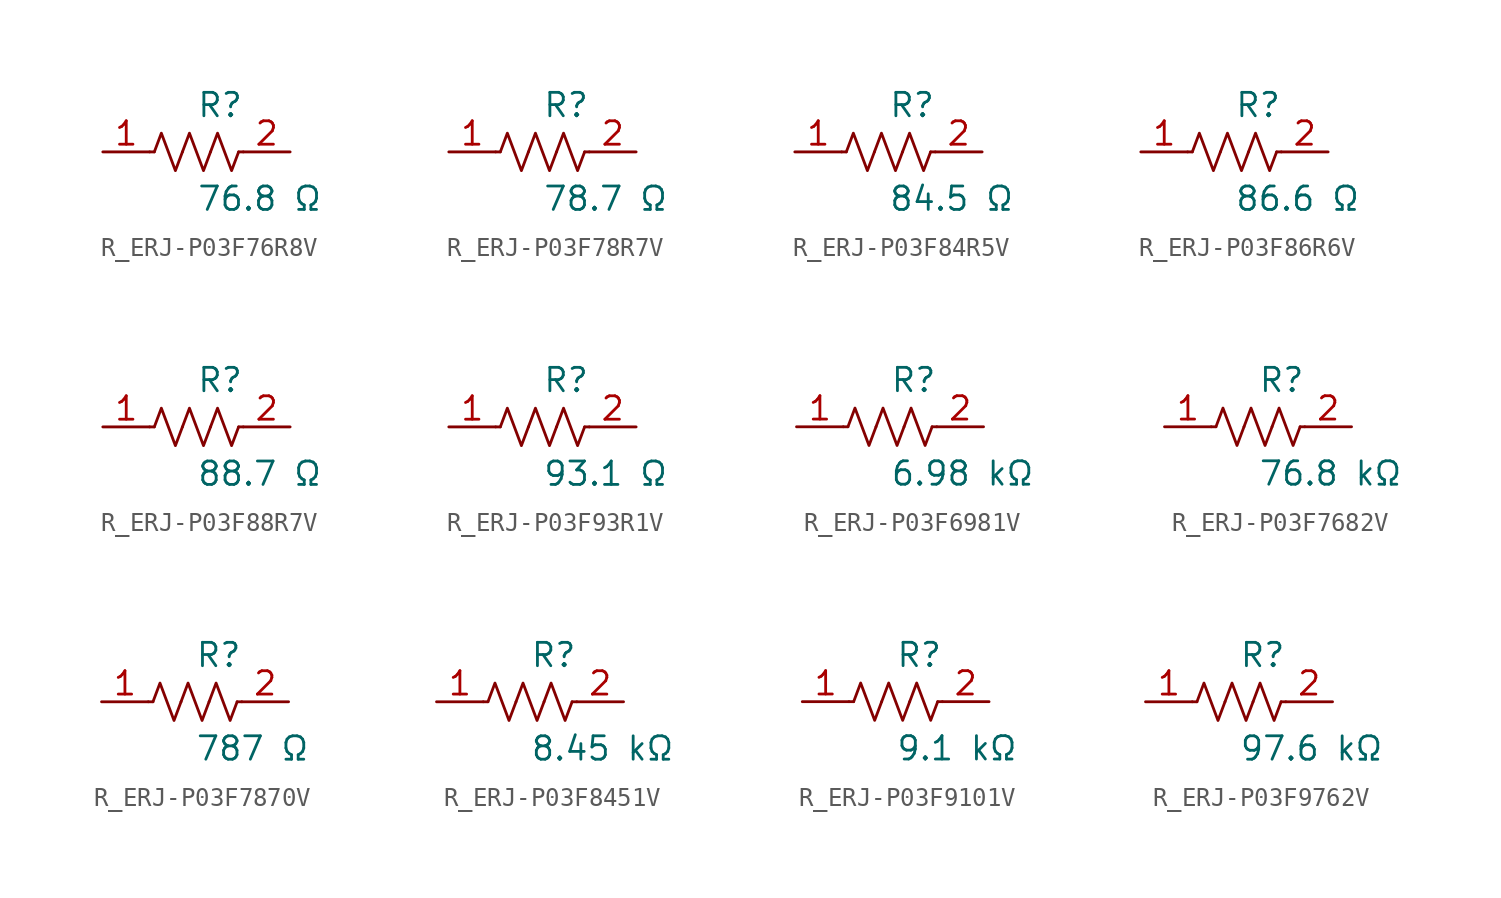
<source format=kicad_sym>
(kicad_symbol_lib
  (version 20231120)
  (generator kicad_symbol_editor)
  (generator_version 8.0)
  (symbol "R_ERJ-P03F76R8V"
    (pin_names
      (offset 0.254))
    (property "Reference" "R"
      (at 0.0 2.54 0)
      (effects (font (size 1.27 1.27)) (justify left)))
    (property "Value" "76.8 Ω"
      (at 0.0 -2.54 0)
      (effects (font (size 1.27 1.27)) (justify left)))
    (symbol "R_ERJ-P03F76R8V_0_1"
      (polyline (pts (xy 2.286 0) (xy 2.54 0)) (stroke (width 0) (type default)) (fill (type none)))
      (polyline (pts (xy -2.286 0) (xy -2.54 0)) (stroke (width 0) (type default)) (fill (type none)))
      (polyline (pts (xy 0.762 0) (xy 1.143 1.016) (xy 1.524 0) (xy 1.905 -1.016) (xy 2.286 0)) (stroke (width 0) (type default)) (fill (type none)))
      (polyline (pts (xy -0.762 0) (xy -0.381 1.016) (xy 0 0) (xy 0.381 -1.016) (xy 0.762 0)) (stroke (width 0) (type default)) (fill (type none)))
      (polyline (pts (xy -2.286 0) (xy -1.905 1.016) (xy -1.524 0) (xy -1.143 -1.016) (xy -0.762 0)) (stroke (width 0) (type default)) (fill (type none))))
    (pin unspecified line
      (at -5.08 0 0)
      (length 2.54)
      (name "" (effects (font (size 1.27 1.27))))
      (number "1" (effects (font (size 1.27 1.27)))))
    (pin unspecified line
      (at 5.08 0 180)
      (length 2.54)
      (name "" (effects (font (size 1.27 1.27))))
      (number "2" (effects (font (size 1.27 1.27))))))
  (symbol "R_ERJ-P03F78R7V"
    (pin_names
      (offset 0.254))
    (property "Reference" "R"
      (at 0.0 2.54 0)
      (effects (font (size 1.27 1.27)) (justify left)))
    (property "Value" "78.7 Ω"
      (at 0.0 -2.54 0)
      (effects (font (size 1.27 1.27)) (justify left)))
    (symbol "R_ERJ-P03F78R7V_0_1"
      (polyline (pts (xy 2.286 0) (xy 2.54 0)) (stroke (width 0) (type default)) (fill (type none)))
      (polyline (pts (xy -2.286 0) (xy -2.54 0)) (stroke (width 0) (type default)) (fill (type none)))
      (polyline (pts (xy 0.762 0) (xy 1.143 1.016) (xy 1.524 0) (xy 1.905 -1.016) (xy 2.286 0)) (stroke (width 0) (type default)) (fill (type none)))
      (polyline (pts (xy -0.762 0) (xy -0.381 1.016) (xy 0 0) (xy 0.381 -1.016) (xy 0.762 0)) (stroke (width 0) (type default)) (fill (type none)))
      (polyline (pts (xy -2.286 0) (xy -1.905 1.016) (xy -1.524 0) (xy -1.143 -1.016) (xy -0.762 0)) (stroke (width 0) (type default)) (fill (type none))))
    (pin unspecified line
      (at -5.08 0 0)
      (length 2.54)
      (name "" (effects (font (size 1.27 1.27))))
      (number "1" (effects (font (size 1.27 1.27)))))
    (pin unspecified line
      (at 5.08 0 180)
      (length 2.54)
      (name "" (effects (font (size 1.27 1.27))))
      (number "2" (effects (font (size 1.27 1.27))))))
  (symbol "R_ERJ-P03F84R5V"
    (pin_names
      (offset 0.254))
    (property "Reference" "R"
      (at 0.0 2.54 0)
      (effects (font (size 1.27 1.27)) (justify left)))
    (property "Value" "84.5 Ω"
      (at 0.0 -2.54 0)
      (effects (font (size 1.27 1.27)) (justify left)))
    (symbol "R_ERJ-P03F84R5V_0_1"
      (polyline (pts (xy 2.286 0) (xy 2.54 0)) (stroke (width 0) (type default)) (fill (type none)))
      (polyline (pts (xy -2.286 0) (xy -2.54 0)) (stroke (width 0) (type default)) (fill (type none)))
      (polyline (pts (xy 0.762 0) (xy 1.143 1.016) (xy 1.524 0) (xy 1.905 -1.016) (xy 2.286 0)) (stroke (width 0) (type default)) (fill (type none)))
      (polyline (pts (xy -0.762 0) (xy -0.381 1.016) (xy 0 0) (xy 0.381 -1.016) (xy 0.762 0)) (stroke (width 0) (type default)) (fill (type none)))
      (polyline (pts (xy -2.286 0) (xy -1.905 1.016) (xy -1.524 0) (xy -1.143 -1.016) (xy -0.762 0)) (stroke (width 0) (type default)) (fill (type none))))
    (pin unspecified line
      (at -5.08 0 0)
      (length 2.54)
      (name "" (effects (font (size 1.27 1.27))))
      (number "1" (effects (font (size 1.27 1.27)))))
    (pin unspecified line
      (at 5.08 0 180)
      (length 2.54)
      (name "" (effects (font (size 1.27 1.27))))
      (number "2" (effects (font (size 1.27 1.27))))))
  (symbol "R_ERJ-P03F86R6V"
    (pin_names
      (offset 0.254))
    (property "Reference" "R"
      (at 0.0 2.54 0)
      (effects (font (size 1.27 1.27)) (justify left)))
    (property "Value" "86.6 Ω"
      (at 0.0 -2.54 0)
      (effects (font (size 1.27 1.27)) (justify left)))
    (symbol "R_ERJ-P03F86R6V_0_1"
      (polyline (pts (xy 2.286 0) (xy 2.54 0)) (stroke (width 0) (type default)) (fill (type none)))
      (polyline (pts (xy -2.286 0) (xy -2.54 0)) (stroke (width 0) (type default)) (fill (type none)))
      (polyline (pts (xy 0.762 0) (xy 1.143 1.016) (xy 1.524 0) (xy 1.905 -1.016) (xy 2.286 0)) (stroke (width 0) (type default)) (fill (type none)))
      (polyline (pts (xy -0.762 0) (xy -0.381 1.016) (xy 0 0) (xy 0.381 -1.016) (xy 0.762 0)) (stroke (width 0) (type default)) (fill (type none)))
      (polyline (pts (xy -2.286 0) (xy -1.905 1.016) (xy -1.524 0) (xy -1.143 -1.016) (xy -0.762 0)) (stroke (width 0) (type default)) (fill (type none))))
    (pin unspecified line
      (at -5.08 0 0)
      (length 2.54)
      (name "" (effects (font (size 1.27 1.27))))
      (number "1" (effects (font (size 1.27 1.27)))))
    (pin unspecified line
      (at 5.08 0 180)
      (length 2.54)
      (name "" (effects (font (size 1.27 1.27))))
      (number "2" (effects (font (size 1.27 1.27))))))
  (symbol "R_ERJ-P03F88R7V"
    (pin_names
      (offset 0.254))
    (property "Reference" "R"
      (at 0.0 2.54 0)
      (effects (font (size 1.27 1.27)) (justify left)))
    (property "Value" "88.7 Ω"
      (at 0.0 -2.54 0)
      (effects (font (size 1.27 1.27)) (justify left)))
    (symbol "R_ERJ-P03F88R7V_0_1"
      (polyline (pts (xy 2.286 0) (xy 2.54 0)) (stroke (width 0) (type default)) (fill (type none)))
      (polyline (pts (xy -2.286 0) (xy -2.54 0)) (stroke (width 0) (type default)) (fill (type none)))
      (polyline (pts (xy 0.762 0) (xy 1.143 1.016) (xy 1.524 0) (xy 1.905 -1.016) (xy 2.286 0)) (stroke (width 0) (type default)) (fill (type none)))
      (polyline (pts (xy -0.762 0) (xy -0.381 1.016) (xy 0 0) (xy 0.381 -1.016) (xy 0.762 0)) (stroke (width 0) (type default)) (fill (type none)))
      (polyline (pts (xy -2.286 0) (xy -1.905 1.016) (xy -1.524 0) (xy -1.143 -1.016) (xy -0.762 0)) (stroke (width 0) (type default)) (fill (type none))))
    (pin unspecified line
      (at -5.08 0 0)
      (length 2.54)
      (name "" (effects (font (size 1.27 1.27))))
      (number "1" (effects (font (size 1.27 1.27)))))
    (pin unspecified line
      (at 5.08 0 180)
      (length 2.54)
      (name "" (effects (font (size 1.27 1.27))))
      (number "2" (effects (font (size 1.27 1.27))))))
  (symbol "R_ERJ-P03F93R1V"
    (pin_names
      (offset 0.254))
    (property "Reference" "R"
      (at 0.0 2.54 0)
      (effects (font (size 1.27 1.27)) (justify left)))
    (property "Value" "93.1 Ω"
      (at 0.0 -2.54 0)
      (effects (font (size 1.27 1.27)) (justify left)))
    (symbol "R_ERJ-P03F93R1V_0_1"
      (polyline (pts (xy 2.286 0) (xy 2.54 0)) (stroke (width 0) (type default)) (fill (type none)))
      (polyline (pts (xy -2.286 0) (xy -2.54 0)) (stroke (width 0) (type default)) (fill (type none)))
      (polyline (pts (xy 0.762 0) (xy 1.143 1.016) (xy 1.524 0) (xy 1.905 -1.016) (xy 2.286 0)) (stroke (width 0) (type default)) (fill (type none)))
      (polyline (pts (xy -0.762 0) (xy -0.381 1.016) (xy 0 0) (xy 0.381 -1.016) (xy 0.762 0)) (stroke (width 0) (type default)) (fill (type none)))
      (polyline (pts (xy -2.286 0) (xy -1.905 1.016) (xy -1.524 0) (xy -1.143 -1.016) (xy -0.762 0)) (stroke (width 0) (type default)) (fill (type none))))
    (pin unspecified line
      (at -5.08 0 0)
      (length 2.54)
      (name "" (effects (font (size 1.27 1.27))))
      (number "1" (effects (font (size 1.27 1.27)))))
    (pin unspecified line
      (at 5.08 0 180)
      (length 2.54)
      (name "" (effects (font (size 1.27 1.27))))
      (number "2" (effects (font (size 1.27 1.27))))))
  (symbol "R_ERJ-P03F6981V"
    (pin_names
      (offset 0.254))
    (property "Reference" "R"
      (at 0.0 2.54 0)
      (effects (font (size 1.27 1.27)) (justify left)))
    (property "Value" "6.98 kΩ"
      (at 0.0 -2.54 0)
      (effects (font (size 1.27 1.27)) (justify left)))
    (symbol "R_ERJ-P03F6981V_0_1"
      (polyline (pts (xy 2.286 0) (xy 2.54 0)) (stroke (width 0) (type default)) (fill (type none)))
      (polyline (pts (xy -2.286 0) (xy -2.54 0)) (stroke (width 0) (type default)) (fill (type none)))
      (polyline (pts (xy 0.762 0) (xy 1.143 1.016) (xy 1.524 0) (xy 1.905 -1.016) (xy 2.286 0)) (stroke (width 0) (type default)) (fill (type none)))
      (polyline (pts (xy -0.762 0) (xy -0.381 1.016) (xy 0 0) (xy 0.381 -1.016) (xy 0.762 0)) (stroke (width 0) (type default)) (fill (type none)))
      (polyline (pts (xy -2.286 0) (xy -1.905 1.016) (xy -1.524 0) (xy -1.143 -1.016) (xy -0.762 0)) (stroke (width 0) (type default)) (fill (type none))))
    (pin unspecified line
      (at -5.08 0 0)
      (length 2.54)
      (name "" (effects (font (size 1.27 1.27))))
      (number "1" (effects (font (size 1.27 1.27)))))
    (pin unspecified line
      (at 5.08 0 180)
      (length 2.54)
      (name "" (effects (font (size 1.27 1.27))))
      (number "2" (effects (font (size 1.27 1.27))))))
  (symbol "R_ERJ-P03F7682V"
    (pin_names
      (offset 0.254))
    (property "Reference" "R"
      (at 0.0 2.54 0)
      (effects (font (size 1.27 1.27)) (justify left)))
    (property "Value" "76.8 kΩ"
      (at 0.0 -2.54 0)
      (effects (font (size 1.27 1.27)) (justify left)))
    (symbol "R_ERJ-P03F7682V_0_1"
      (polyline (pts (xy 2.286 0) (xy 2.54 0)) (stroke (width 0) (type default)) (fill (type none)))
      (polyline (pts (xy -2.286 0) (xy -2.54 0)) (stroke (width 0) (type default)) (fill (type none)))
      (polyline (pts (xy 0.762 0) (xy 1.143 1.016) (xy 1.524 0) (xy 1.905 -1.016) (xy 2.286 0)) (stroke (width 0) (type default)) (fill (type none)))
      (polyline (pts (xy -0.762 0) (xy -0.381 1.016) (xy 0 0) (xy 0.381 -1.016) (xy 0.762 0)) (stroke (width 0) (type default)) (fill (type none)))
      (polyline (pts (xy -2.286 0) (xy -1.905 1.016) (xy -1.524 0) (xy -1.143 -1.016) (xy -0.762 0)) (stroke (width 0) (type default)) (fill (type none))))
    (pin unspecified line
      (at -5.08 0 0)
      (length 2.54)
      (name "" (effects (font (size 1.27 1.27))))
      (number "1" (effects (font (size 1.27 1.27)))))
    (pin unspecified line
      (at 5.08 0 180)
      (length 2.54)
      (name "" (effects (font (size 1.27 1.27))))
      (number "2" (effects (font (size 1.27 1.27))))))
  (symbol "R_ERJ-P03F7870V"
    (pin_names
      (offset 0.254))
    (property "Reference" "R"
      (at 0.0 2.54 0)
      (effects (font (size 1.27 1.27)) (justify left)))
    (property "Value" "787 Ω"
      (at 0.0 -2.54 0)
      (effects (font (size 1.27 1.27)) (justify left)))
    (symbol "R_ERJ-P03F7870V_0_1"
      (polyline (pts (xy 2.286 0) (xy 2.54 0)) (stroke (width 0) (type default)) (fill (type none)))
      (polyline (pts (xy -2.286 0) (xy -2.54 0)) (stroke (width 0) (type default)) (fill (type none)))
      (polyline (pts (xy 0.762 0) (xy 1.143 1.016) (xy 1.524 0) (xy 1.905 -1.016) (xy 2.286 0)) (stroke (width 0) (type default)) (fill (type none)))
      (polyline (pts (xy -0.762 0) (xy -0.381 1.016) (xy 0 0) (xy 0.381 -1.016) (xy 0.762 0)) (stroke (width 0) (type default)) (fill (type none)))
      (polyline (pts (xy -2.286 0) (xy -1.905 1.016) (xy -1.524 0) (xy -1.143 -1.016) (xy -0.762 0)) (stroke (width 0) (type default)) (fill (type none))))
    (pin unspecified line
      (at -5.08 0 0)
      (length 2.54)
      (name "" (effects (font (size 1.27 1.27))))
      (number "1" (effects (font (size 1.27 1.27)))))
    (pin unspecified line
      (at 5.08 0 180)
      (length 2.54)
      (name "" (effects (font (size 1.27 1.27))))
      (number "2" (effects (font (size 1.27 1.27))))))
  (symbol "R_ERJ-P03F8451V"
    (pin_names
      (offset 0.254))
    (property "Reference" "R"
      (at 0.0 2.54 0)
      (effects (font (size 1.27 1.27)) (justify left)))
    (property "Value" "8.45 kΩ"
      (at 0.0 -2.54 0)
      (effects (font (size 1.27 1.27)) (justify left)))
    (symbol "R_ERJ-P03F8451V_0_1"
      (polyline (pts (xy 2.286 0) (xy 2.54 0)) (stroke (width 0) (type default)) (fill (type none)))
      (polyline (pts (xy -2.286 0) (xy -2.54 0)) (stroke (width 0) (type default)) (fill (type none)))
      (polyline (pts (xy 0.762 0) (xy 1.143 1.016) (xy 1.524 0) (xy 1.905 -1.016) (xy 2.286 0)) (stroke (width 0) (type default)) (fill (type none)))
      (polyline (pts (xy -0.762 0) (xy -0.381 1.016) (xy 0 0) (xy 0.381 -1.016) (xy 0.762 0)) (stroke (width 0) (type default)) (fill (type none)))
      (polyline (pts (xy -2.286 0) (xy -1.905 1.016) (xy -1.524 0) (xy -1.143 -1.016) (xy -0.762 0)) (stroke (width 0) (type default)) (fill (type none))))
    (pin unspecified line
      (at -5.08 0 0)
      (length 2.54)
      (name "" (effects (font (size 1.27 1.27))))
      (number "1" (effects (font (size 1.27 1.27)))))
    (pin unspecified line
      (at 5.08 0 180)
      (length 2.54)
      (name "" (effects (font (size 1.27 1.27))))
      (number "2" (effects (font (size 1.27 1.27))))))
  (symbol "R_ERJ-P03F9101V"
    (pin_names
      (offset 0.254))
    (property "Reference" "R"
      (at 0.0 2.54 0)
      (effects (font (size 1.27 1.27)) (justify left)))
    (property "Value" "9.1 kΩ"
      (at 0.0 -2.54 0)
      (effects (font (size 1.27 1.27)) (justify left)))
    (symbol "R_ERJ-P03F9101V_0_1"
      (polyline (pts (xy 2.286 0) (xy 2.54 0)) (stroke (width 0) (type default)) (fill (type none)))
      (polyline (pts (xy -2.286 0) (xy -2.54 0)) (stroke (width 0) (type default)) (fill (type none)))
      (polyline (pts (xy 0.762 0) (xy 1.143 1.016) (xy 1.524 0) (xy 1.905 -1.016) (xy 2.286 0)) (stroke (width 0) (type default)) (fill (type none)))
      (polyline (pts (xy -0.762 0) (xy -0.381 1.016) (xy 0 0) (xy 0.381 -1.016) (xy 0.762 0)) (stroke (width 0) (type default)) (fill (type none)))
      (polyline (pts (xy -2.286 0) (xy -1.905 1.016) (xy -1.524 0) (xy -1.143 -1.016) (xy -0.762 0)) (stroke (width 0) (type default)) (fill (type none))))
    (pin unspecified line
      (at -5.08 0 0)
      (length 2.54)
      (name "" (effects (font (size 1.27 1.27))))
      (number "1" (effects (font (size 1.27 1.27)))))
    (pin unspecified line
      (at 5.08 0 180)
      (length 2.54)
      (name "" (effects (font (size 1.27 1.27))))
      (number "2" (effects (font (size 1.27 1.27))))))
  (symbol "R_ERJ-P03F9762V"
    (pin_names
      (offset 0.254))
    (property "Reference" "R"
      (at 0.0 2.54 0)
      (effects (font (size 1.27 1.27)) (justify left)))
    (property "Value" "97.6 kΩ"
      (at 0.0 -2.54 0)
      (effects (font (size 1.27 1.27)) (justify left)))
    (symbol "R_ERJ-P03F9762V_0_1"
      (polyline (pts (xy 2.286 0) (xy 2.54 0)) (stroke (width 0) (type default)) (fill (type none)))
      (polyline (pts (xy -2.286 0) (xy -2.54 0)) (stroke (width 0) (type default)) (fill (type none)))
      (polyline (pts (xy 0.762 0) (xy 1.143 1.016) (xy 1.524 0) (xy 1.905 -1.016) (xy 2.286 0)) (stroke (width 0) (type default)) (fill (type none)))
      (polyline (pts (xy -0.762 0) (xy -0.381 1.016) (xy 0 0) (xy 0.381 -1.016) (xy 0.762 0)) (stroke (width 0) (type default)) (fill (type none)))
      (polyline (pts (xy -2.286 0) (xy -1.905 1.016) (xy -1.524 0) (xy -1.143 -1.016) (xy -0.762 0)) (stroke (width 0) (type default)) (fill (type none))))
    (pin unspecified line
      (at -5.08 0 0)
      (length 2.54)
      (name "" (effects (font (size 1.27 1.27))))
      (number "1" (effects (font (size 1.27 1.27)))))
    (pin unspecified line
      (at 5.08 0 180)
      (length 2.54)
      (name "" (effects (font (size 1.27 1.27))))
      (number "2" (effects (font (size 1.27 1.27)))))))
</source>
